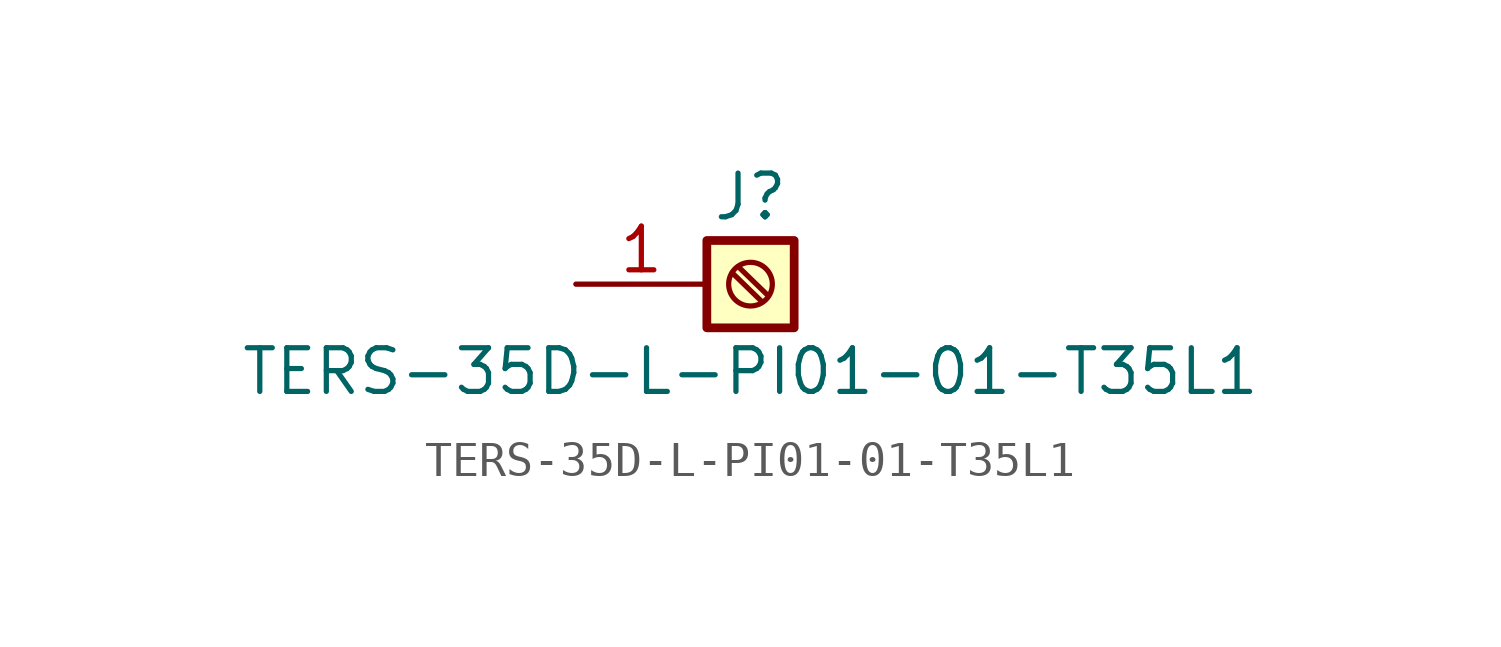
<source format=kicad_sym>
(kicad_symbol_lib
  (version 20211014)
  (generator kicad_symbol_editor)
  (symbol "TERS-35D-L-PI01-01-T35L1"
    (pin_names
      (offset 1.016) hide)
    (property "Reference" "J"
      (at 0 2.54 0)
      (effects (font (size 1.27 1.27))))
    (property "Value" "TERS-35D-L-PI01-01-T35L1"
      (at 0 -2.54 0)
      (effects (font (size 1.27 1.27))))
    (symbol "TERS-35D-L-PI01-01-T35L1_1_1"
      (rectangle (start -1.27 1.27) (end 1.27 -1.27) (stroke (width 0.254) (type default) (color 0 0 0 0)) (fill (type background)))
      (polyline (pts (xy -0.533 0.33) (xy 0.33 -0.508)) (stroke (width 0.152) (type default) (color 0 0 0 0)) (fill (type none)))
      (polyline (pts (xy -0.356 0.508) (xy 0.508 -0.33)) (stroke (width 0.152) (type default) (color 0 0 0 0)) (fill (type none)))
      (circle (center 0 0) (radius 0.635) (stroke (width 0.152) (type default) (color 0 0 0 0)) (fill (type none)))
      (pin passive line (at -5.08 0 0) (length 3.81) (name "Pin_1" (effects (font (size 1.27 1.27)))) (number "1" (effects (font (size 1.27 1.27))))))))
</source>
